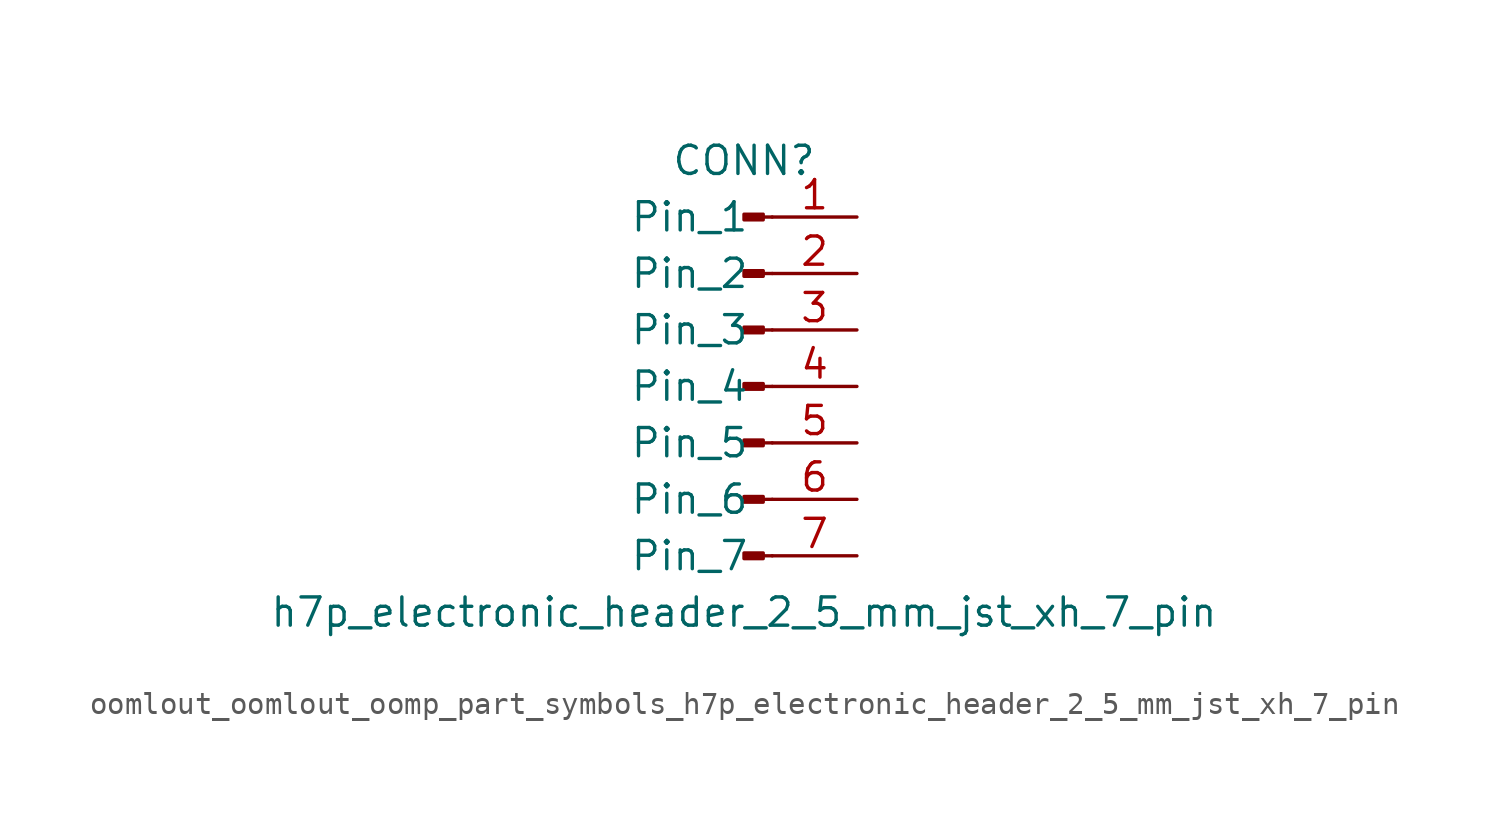
<source format=kicad_sym>
(kicad_symbol_lib
  (version 20220914)
  (generator kicad_symbol_editor)
  (symbol "oomlout_oomlout_oomp_part_symbols_h7p_electronic_header_2_5_mm_jst_xh_7_pin"
    (pin_names
      (offset 1.016))
    (property "Reference" "CONN"
      (at 0 10.16 0)
      (effects (font (size 1.27 1.27))))
    (property "Value" "h7p_electronic_header_2_5_mm_jst_xh_7_pin"
      (at 0 -10.16 0)
      (effects (font (size 1.27 1.27))))
    (property "ki_locked" ""
      (at 0 0 0)
      (effects (font (size 1.27 1.27))))
    (symbol "oomlout_oomlout_oomp_part_symbols_h7p_electronic_header_2_5_mm_jst_xh_7_pin_1_1"
      (polyline (pts (xy 1.27 -7.62) (xy 0.864 -7.62)) (stroke (width 0.152) (type default)) (fill (type none)))
      (polyline (pts (xy 1.27 -5.08) (xy 0.864 -5.08)) (stroke (width 0.152) (type default)) (fill (type none)))
      (polyline (pts (xy 1.27 -2.54) (xy 0.864 -2.54)) (stroke (width 0.152) (type default)) (fill (type none)))
      (polyline (pts (xy 1.27 0) (xy 0.864 0)) (stroke (width 0.152) (type default)) (fill (type none)))
      (polyline (pts (xy 1.27 2.54) (xy 0.864 2.54)) (stroke (width 0.152) (type default)) (fill (type none)))
      (polyline (pts (xy 1.27 5.08) (xy 0.864 5.08)) (stroke (width 0.152) (type default)) (fill (type none)))
      (polyline (pts (xy 1.27 7.62) (xy 0.864 7.62)) (stroke (width 0.152) (type default)) (fill (type none)))
      (rectangle (start 0.864 -7.493) (end 0 -7.747) (stroke (width 0.152) (type default)) (fill (type outline)))
      (rectangle (start 0.864 -4.953) (end 0 -5.207) (stroke (width 0.152) (type default)) (fill (type outline)))
      (rectangle (start 0.864 -2.413) (end 0 -2.667) (stroke (width 0.152) (type default)) (fill (type outline)))
      (rectangle (start 0.864 0.127) (end 0 -0.127) (stroke (width 0.152) (type default)) (fill (type outline)))
      (rectangle (start 0.864 2.667) (end 0 2.413) (stroke (width 0.152) (type default)) (fill (type outline)))
      (rectangle (start 0.864 5.207) (end 0 4.953) (stroke (width 0.152) (type default)) (fill (type outline)))
      (rectangle (start 0.864 7.747) (end 0 7.493) (stroke (width 0.152) (type default)) (fill (type outline)))
      (pin passive line (at 5.08 7.62 180) (length 3.81) (name "Pin_1" (effects (font (size 1.27 1.27)))) (number "1" (effects (font (size 1.27 1.27)))))
      (pin passive line (at 5.08 5.08 180) (length 3.81) (name "Pin_2" (effects (font (size 1.27 1.27)))) (number "2" (effects (font (size 1.27 1.27)))))
      (pin passive line (at 5.08 2.54 180) (length 3.81) (name "Pin_3" (effects (font (size 1.27 1.27)))) (number "3" (effects (font (size 1.27 1.27)))))
      (pin passive line (at 5.08 0 180) (length 3.81) (name "Pin_4" (effects (font (size 1.27 1.27)))) (number "4" (effects (font (size 1.27 1.27)))))
      (pin passive line (at 5.08 -2.54 180) (length 3.81) (name "Pin_5" (effects (font (size 1.27 1.27)))) (number "5" (effects (font (size 1.27 1.27)))))
      (pin passive line (at 5.08 -5.08 180) (length 3.81) (name "Pin_6" (effects (font (size 1.27 1.27)))) (number "6" (effects (font (size 1.27 1.27)))))
      (pin passive line (at 5.08 -7.62 180) (length 3.81) (name "Pin_7" (effects (font (size 1.27 1.27)))) (number "7" (effects (font (size 1.27 1.27))))))))
</source>
